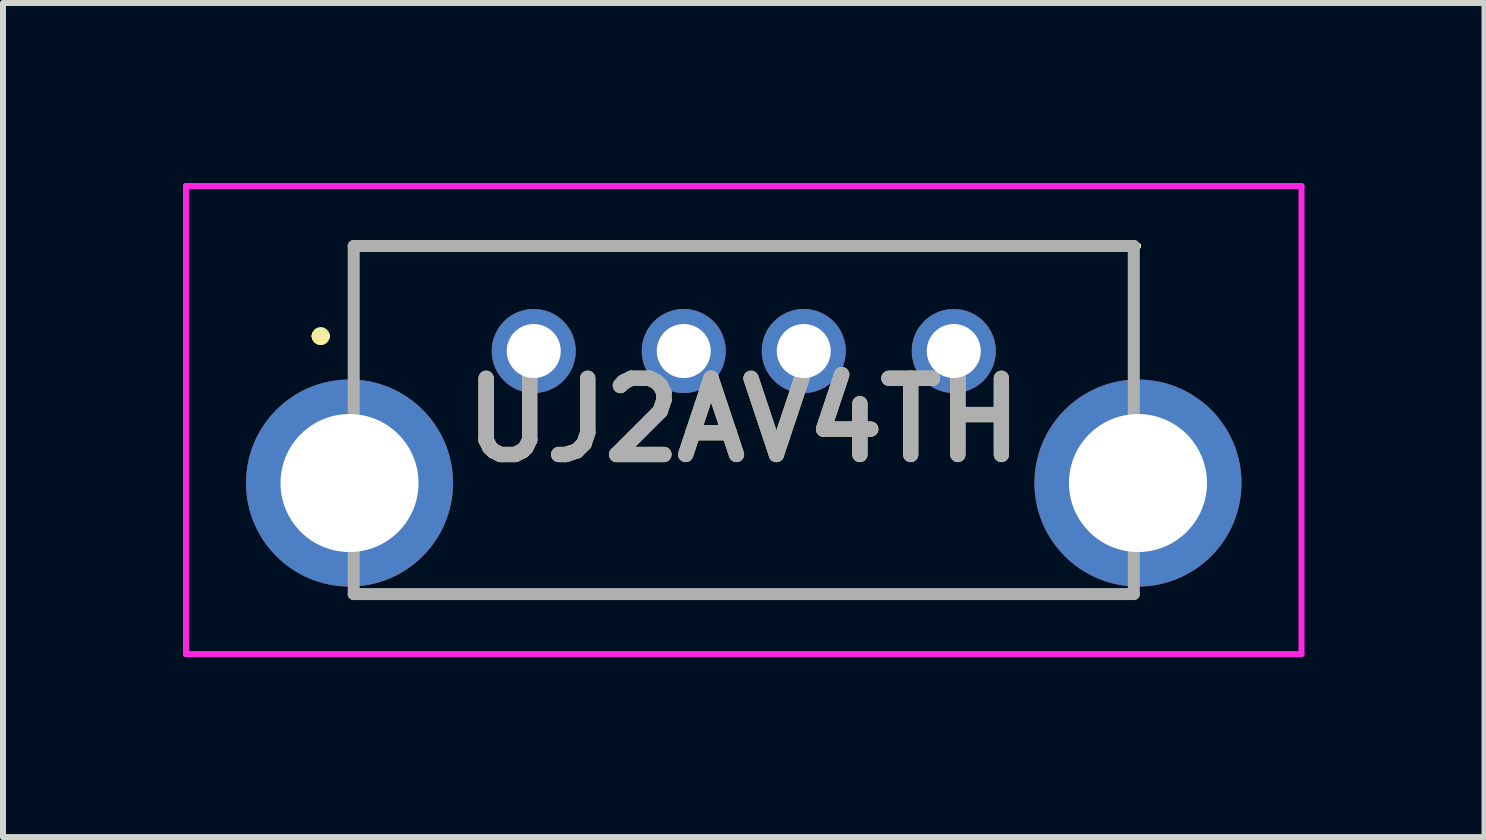
<source format=kicad_pcb>
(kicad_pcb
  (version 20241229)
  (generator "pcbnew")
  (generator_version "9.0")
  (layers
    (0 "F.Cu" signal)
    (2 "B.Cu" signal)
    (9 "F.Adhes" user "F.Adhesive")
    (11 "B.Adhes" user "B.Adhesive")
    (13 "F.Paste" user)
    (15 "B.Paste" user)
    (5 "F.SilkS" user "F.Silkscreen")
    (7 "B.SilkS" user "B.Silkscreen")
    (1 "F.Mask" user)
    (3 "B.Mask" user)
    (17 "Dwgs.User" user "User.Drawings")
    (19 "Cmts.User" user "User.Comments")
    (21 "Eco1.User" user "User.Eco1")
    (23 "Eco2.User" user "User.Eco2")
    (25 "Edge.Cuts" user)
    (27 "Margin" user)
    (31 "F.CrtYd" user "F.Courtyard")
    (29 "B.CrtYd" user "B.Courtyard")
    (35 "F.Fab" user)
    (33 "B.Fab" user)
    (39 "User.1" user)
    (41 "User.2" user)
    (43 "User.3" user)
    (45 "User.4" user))
  (footprint "UJ2AV4TH"
    (layer "F.Cu")
    (at 5.845 2.8)
    (property "Reference" "UJ2AV4TH" (at 3.5 1.15 0) (layer "F.SilkS") (effects (font (size 1.27 1.27) (thickness 0.254))))
    (attr through_hole)
    (fp_line (start -3.6 -0.25) (end -3.6 -0.25) (stroke (width 0.2) (type solid)) (layer "F.SilkS"))
    (fp_line (start -3.6 -0.25) (end -3.6 -0.25) (stroke (width 0.2) (type solid)) (layer "F.SilkS"))
    (fp_line (start -3.5 -0.25) (end -3.5 -0.25) (stroke (width 0.2) (type solid)) (layer "F.SilkS"))
    (fp_line (start -3 -1.75) (end -3 -1.75) (stroke (width 0.1) (type solid)) (layer "F.SilkS"))
    (fp_line (start -3 -1.75) (end -3 -1.75) (stroke (width 0.1) (type solid)) (layer "F.SilkS"))
    (fp_line (start -3 -1.75) (end -3 -0.25) (stroke (width 0.1) (type solid)) (layer "F.SilkS"))
    (fp_line (start -3 -1.75) (end 10.07 -1.75) (stroke (width 0.1) (type solid)) (layer "F.SilkS"))
    (fp_line (start -3 -0.25) (end -3 -1.75) (stroke (width 0.1) (type solid)) (layer "F.SilkS"))
    (fp_line (start -3 -0.25) (end -3 -0.25) (stroke (width 0.1) (type solid)) (layer "F.SilkS"))
    (fp_line (start -1.75 4.05) (end -1.75 4.05) (stroke (width 0.1) (type solid)) (layer "F.SilkS"))
    (fp_line (start -1.75 4.05) (end 8.75 4.05) (stroke (width 0.1) (type solid)) (layer "F.SilkS"))
    (fp_line (start 8.75 4.05) (end -1.75 4.05) (stroke (width 0.1) (type solid)) (layer "F.SilkS"))
    (fp_line (start 8.75 4.05) (end 8.75 4.05) (stroke (width 0.1) (type solid)) (layer "F.SilkS"))
    (fp_line (start 10 -1.75) (end 10 -1.75) (stroke (width 0.1) (type solid)) (layer "F.SilkS"))
    (fp_line (start 10 -1.75) (end 10 -0.25) (stroke (width 0.1) (type solid)) (layer "F.SilkS"))
    (fp_line (start 10 -0.25) (end 10 -1.75) (stroke (width 0.1) (type solid)) (layer "F.SilkS"))
    (fp_line (start 10 -0.25) (end 10 -0.25) (stroke (width 0.1) (type solid)) (layer "F.SilkS"))
    (fp_line (start 10.07 -1.75) (end -3 -1.75) (stroke (width 0.1) (type solid)) (layer "F.SilkS"))
    (fp_line (start 10.07 -1.75) (end 10.07 -1.75) (stroke (width 0.1) (type solid)) (layer "F.SilkS"))
    (fp_arc (start -3.6 -0.25) (mid -3.55 -0.3) (end -3.5 -0.25) (stroke (width 0.2) (type solid)) (layer "F.SilkS"))
    (fp_arc (start -3.5 -0.25) (mid -3.55 -0.2) (end -3.6 -0.25) (stroke (width 0.2) (type solid)) (layer "F.SilkS"))
    (fp_arc (start -3.5 -0.25) (mid -3.55 -0.2) (end -3.6 -0.25) (stroke (width 0.2) (type solid)) (layer "F.SilkS"))
    (fp_line (start -5.795 -2.75) (end 12.795 -2.75) (stroke (width 0.1) (type solid)) (layer "F.CrtYd"))
    (fp_line (start -5.795 5.05) (end -5.795 -2.75) (stroke (width 0.1) (type solid)) (layer "F.CrtYd"))
    (fp_line (start 12.795 -2.75) (end 12.795 5.05) (stroke (width 0.1) (type solid)) (layer "F.CrtYd"))
    (fp_line (start 12.795 5.05) (end -5.795 5.05) (stroke (width 0.1) (type solid)) (layer "F.CrtYd"))
    (fp_line (start -3 -1.75) (end -3 4.05) (stroke (width 0.2) (type solid)) (layer "F.Fab"))
    (fp_line (start -3 4.05) (end 10 4.05) (stroke (width 0.2) (type solid)) (layer "F.Fab"))
    (fp_line (start 10 -1.75) (end -3 -1.75) (stroke (width 0.2) (type solid)) (layer "F.Fab"))
    (fp_line (start 10 4.05) (end 10 -1.75) (stroke (width 0.2) (type solid)) (layer "F.Fab"))
    (fp_text user "${REFERENCE}" (at 3.5 1.15 0) (layer "F.Fab") (effects (font (size 1.27 1.27) (thickness 0.254))))
    (pad "1" thru_hole circle (at 0 0) (size 1.4 1.4) (drill 0.9) (layers "*.Cu" "*.Mask"))
    (pad "2" thru_hole circle (at 2.5 0) (size 1.4 1.4) (drill 0.9) (layers "*.Cu" "*.Mask"))
    (pad "3" thru_hole circle (at 4.5 0) (size 1.4 1.4) (drill 0.9) (layers "*.Cu" "*.Mask"))
    (pad "4" thru_hole circle (at 7 0) (size 1.4 1.4) (drill 0.9) (layers "*.Cu" "*.Mask"))
    (pad "MH1" thru_hole circle (at -3.07 2.2) (size 3.45 3.45) (drill 2.3) (layers "*.Cu" "*.Mask"))
    (pad "MH2" thru_hole circle (at 10.07 2.2) (size 3.45 3.45) (drill 2.3) (layers "*.Cu" "*.Mask")))
  (gr_rect
    (start -3 -3)
    (end 21.69 10.9)
    (stroke (width 0.1) (type default))
    (fill no)
    (layer "Edge.Cuts")))
</source>
